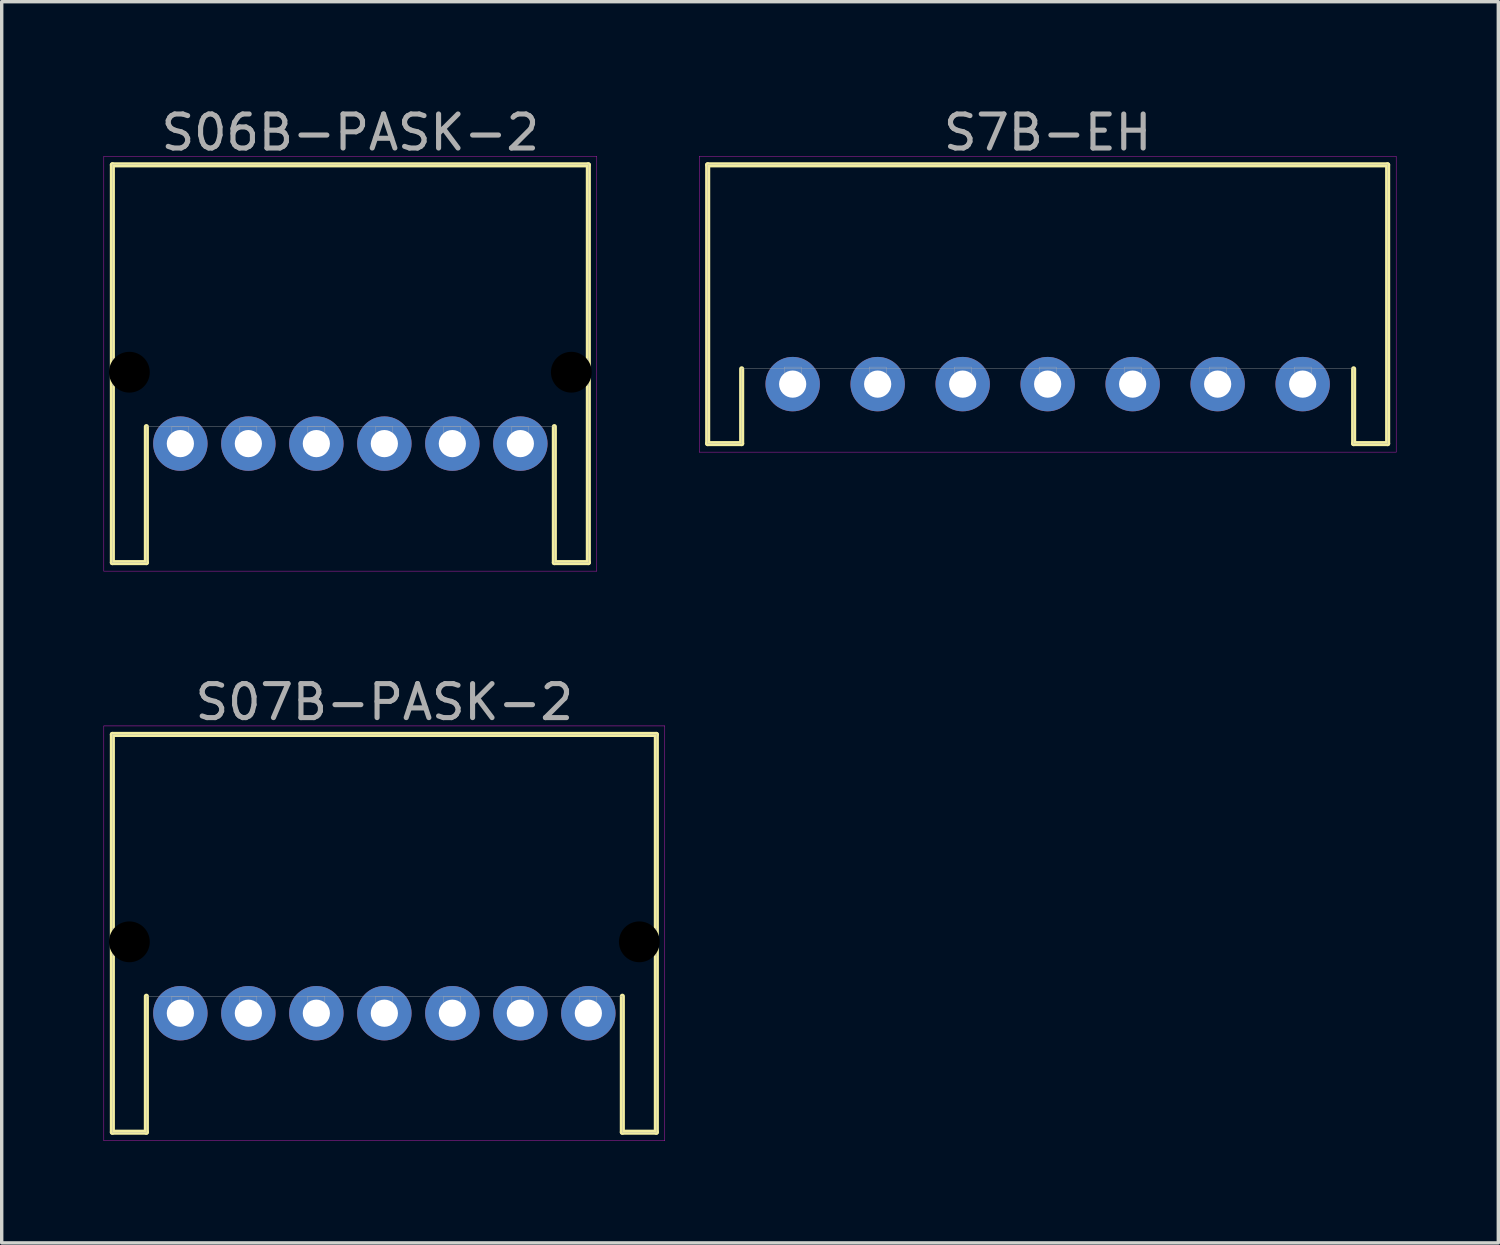
<source format=kicad_pcb>
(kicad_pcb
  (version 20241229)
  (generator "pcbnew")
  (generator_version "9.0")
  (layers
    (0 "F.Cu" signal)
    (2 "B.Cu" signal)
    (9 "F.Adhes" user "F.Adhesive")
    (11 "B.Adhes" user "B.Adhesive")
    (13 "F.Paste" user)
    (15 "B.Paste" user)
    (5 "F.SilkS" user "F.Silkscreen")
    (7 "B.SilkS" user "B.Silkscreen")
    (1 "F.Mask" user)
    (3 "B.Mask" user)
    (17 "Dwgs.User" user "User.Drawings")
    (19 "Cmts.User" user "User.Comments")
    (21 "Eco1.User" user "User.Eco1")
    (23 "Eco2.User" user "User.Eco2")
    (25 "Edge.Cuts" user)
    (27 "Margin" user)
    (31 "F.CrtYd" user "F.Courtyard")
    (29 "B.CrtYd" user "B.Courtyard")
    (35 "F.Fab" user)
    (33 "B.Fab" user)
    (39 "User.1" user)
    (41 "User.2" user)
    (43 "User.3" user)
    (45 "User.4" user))
  (footprint "S07B-PASK-2"
    (layer "F.Cu")
    (at 8.255 26.752)
    (property "Reference" "S07B-PASK-2" (at 0 -9.15 0) (layer "F.Fab") (effects (font (size 1 1) (thickness 0.15))))
    (attr through_hole)
    (fp_line (start -8 -8.2) (end -8 3.5) (stroke (width 0.15) (type solid)) (layer "F.SilkS"))
    (fp_line (start -8 -8.2) (end 8 -8.2) (stroke (width 0.15) (type solid)) (layer "F.SilkS"))
    (fp_line (start -8 3.5) (end -7 3.5) (stroke (width 0.15) (type solid)) (layer "F.SilkS"))
    (fp_line (start -7 3.5) (end -7 -0.5) (stroke (width 0.15) (type solid)) (layer "F.SilkS"))
    (fp_line (start 7 3.5) (end 7 -0.5) (stroke (width 0.15) (type solid)) (layer "F.SilkS"))
    (fp_line (start 8 -8.2) (end 8 3.5) (stroke (width 0.15) (type solid)) (layer "F.SilkS"))
    (fp_line (start 8 3.5) (end 7 3.5) (stroke (width 0.15) (type solid)) (layer "F.SilkS"))
    (fp_line (start -8.25 -8.45) (end 8.25 -8.45) (stroke (width 0.01) (type solid)) (layer "F.CrtYd"))
    (fp_line (start -8.25 3.75) (end -8.25 -8.45) (stroke (width 0.01) (type solid)) (layer "F.CrtYd"))
    (fp_line (start 8.25 -8.45) (end 8.25 3.75) (stroke (width 0.01) (type solid)) (layer "F.CrtYd"))
    (fp_line (start 8.25 3.75) (end -8.25 3.75) (stroke (width 0.01) (type solid)) (layer "F.CrtYd"))
    (fp_line (start -8 -8.2) (end -8 3.5) (stroke (width 0.01) (type solid)) (layer "F.Fab"))
    (fp_line (start -8 -8.2) (end 8 -8.2) (stroke (width 0.01) (type solid)) (layer "F.Fab"))
    (fp_line (start -8 -2.5) (end -7.4 -2.5) (stroke (width 0.01) (type solid)) (layer "F.Fab"))
    (fp_line (start -8 -1.7) (end -8 -2.5) (stroke (width 0.01) (type solid)) (layer "F.Fab"))
    (fp_line (start -8 3.5) (end -7 3.5) (stroke (width 0.01) (type solid)) (layer "F.Fab"))
    (fp_line (start -7.4 -2.5) (end -7.4 -1.7) (stroke (width 0.01) (type solid)) (layer "F.Fab"))
    (fp_line (start -7.4 -1.7) (end -8 -1.7) (stroke (width 0.01) (type solid)) (layer "F.Fab"))
    (fp_line (start -7 3.5) (end -7 -0.5) (stroke (width 0.01) (type solid)) (layer "F.Fab"))
    (fp_line (start -6.25 -0.5) (end -5.75 -0.5) (stroke (width 0.01) (type solid)) (layer "F.Fab"))
    (fp_line (start -6.25 -0.25) (end -5.75 -0.25) (stroke (width 0.01) (type solid)) (layer "F.Fab"))
    (fp_line (start -6.25 0.25) (end -6.25 -0.5) (stroke (width 0.01) (type solid)) (layer "F.Fab"))
    (fp_line (start -5.75 -0.5) (end -5.75 0.25) (stroke (width 0.01) (type solid)) (layer "F.Fab"))
    (fp_line (start -5.75 0.25) (end -6.25 0.25) (stroke (width 0.01) (type solid)) (layer "F.Fab"))
    (fp_line (start -4.25 -0.5) (end -3.75 -0.5) (stroke (width 0.01) (type solid)) (layer "F.Fab"))
    (fp_line (start -4.25 -0.25) (end -3.75 -0.25) (stroke (width 0.01) (type solid)) (layer "F.Fab"))
    (fp_line (start -4.25 0.25) (end -4.25 -0.5) (stroke (width 0.01) (type solid)) (layer "F.Fab"))
    (fp_line (start -3.75 -0.5) (end -3.75 0.25) (stroke (width 0.01) (type solid)) (layer "F.Fab"))
    (fp_line (start -3.75 0.25) (end -4.25 0.25) (stroke (width 0.01) (type solid)) (layer "F.Fab"))
    (fp_line (start -2.25 -0.5) (end -1.75 -0.5) (stroke (width 0.01) (type solid)) (layer "F.Fab"))
    (fp_line (start -2.25 -0.25) (end -1.75 -0.25) (stroke (width 0.01) (type solid)) (layer "F.Fab"))
    (fp_line (start -2.25 0.25) (end -2.25 -0.5) (stroke (width 0.01) (type solid)) (layer "F.Fab"))
    (fp_line (start -1.75 -0.5) (end -1.75 0.25) (stroke (width 0.01) (type solid)) (layer "F.Fab"))
    (fp_line (start -1.75 0.25) (end -2.25 0.25) (stroke (width 0.01) (type solid)) (layer "F.Fab"))
    (fp_line (start -0.25 -0.5) (end 0.25 -0.5) (stroke (width 0.01) (type solid)) (layer "F.Fab"))
    (fp_line (start -0.25 -0.25) (end 0.25 -0.25) (stroke (width 0.01) (type solid)) (layer "F.Fab"))
    (fp_line (start -0.25 0.25) (end -0.25 -0.5) (stroke (width 0.01) (type solid)) (layer "F.Fab"))
    (fp_line (start 0.25 -0.5) (end 0.25 0.25) (stroke (width 0.01) (type solid)) (layer "F.Fab"))
    (fp_line (start 0.25 0.25) (end -0.25 0.25) (stroke (width 0.01) (type solid)) (layer "F.Fab"))
    (fp_line (start 1.75 -0.5) (end 2.25 -0.5) (stroke (width 0.01) (type solid)) (layer "F.Fab"))
    (fp_line (start 1.75 -0.25) (end 2.25 -0.25) (stroke (width 0.01) (type solid)) (layer "F.Fab"))
    (fp_line (start 1.75 0.25) (end 1.75 -0.5) (stroke (width 0.01) (type solid)) (layer "F.Fab"))
    (fp_line (start 2.25 -0.5) (end 2.25 0.25) (stroke (width 0.01) (type solid)) (layer "F.Fab"))
    (fp_line (start 2.25 0.25) (end 1.75 0.25) (stroke (width 0.01) (type solid)) (layer "F.Fab"))
    (fp_line (start 3.75 -0.5) (end 4.25 -0.5) (stroke (width 0.01) (type solid)) (layer "F.Fab"))
    (fp_line (start 3.75 -0.25) (end 4.25 -0.25) (stroke (width 0.01) (type solid)) (layer "F.Fab"))
    (fp_line (start 3.75 0.25) (end 3.75 -0.5) (stroke (width 0.01) (type solid)) (layer "F.Fab"))
    (fp_line (start 4.25 -0.5) (end 4.25 0.25) (stroke (width 0.01) (type solid)) (layer "F.Fab"))
    (fp_line (start 4.25 0.25) (end 3.75 0.25) (stroke (width 0.01) (type solid)) (layer "F.Fab"))
    (fp_line (start 5.75 -0.5) (end 6.25 -0.5) (stroke (width 0.01) (type solid)) (layer "F.Fab"))
    (fp_line (start 5.75 -0.25) (end 6.25 -0.25) (stroke (width 0.01) (type solid)) (layer "F.Fab"))
    (fp_line (start 5.75 0.25) (end 5.75 -0.5) (stroke (width 0.01) (type solid)) (layer "F.Fab"))
    (fp_line (start 6.25 -0.5) (end 6.25 0.25) (stroke (width 0.01) (type solid)) (layer "F.Fab"))
    (fp_line (start 6.25 0.25) (end 5.75 0.25) (stroke (width 0.01) (type solid)) (layer "F.Fab"))
    (fp_line (start 7 -0.5) (end -7 -0.5) (stroke (width 0.01) (type solid)) (layer "F.Fab"))
    (fp_line (start 7 3.5) (end 7 -0.5) (stroke (width 0.01) (type solid)) (layer "F.Fab"))
    (fp_line (start 7.4 -2.5) (end 8 -2.5) (stroke (width 0.01) (type solid)) (layer "F.Fab"))
    (fp_line (start 7.4 -1.7) (end 7.4 -2.5) (stroke (width 0.01) (type solid)) (layer "F.Fab"))
    (fp_line (start 8 -8.2) (end 8 3.5) (stroke (width 0.01) (type solid)) (layer "F.Fab"))
    (fp_line (start 8 -2.5) (end 8 -1.7) (stroke (width 0.01) (type solid)) (layer "F.Fab"))
    (fp_line (start 8 -1.7) (end 7.4 -1.7) (stroke (width 0.01) (type solid)) (layer "F.Fab"))
    (fp_line (start 8 3.5) (end 7 3.5) (stroke (width 0.01) (type solid)) (layer "F.Fab"))
    (pad "" np_thru_hole circle (at -7.5 -2.1) (size 1.2 1.2) (drill 1.2) (layers "*.Mask"))
    (pad "" np_thru_hole circle (at 7.5 -2.1) (size 1.2 1.2) (drill 1.2) (layers "*.Mask"))
    (pad "1" thru_hole circle (at 6 0) (size 1.6 1.6) (drill 0.8) (layers "*.Cu" "*.Mask"))
    (pad "2" thru_hole circle (at 4 0) (size 1.6 1.6) (drill 0.8) (layers "*.Cu" "*.Mask"))
    (pad "3" thru_hole circle (at 2 0) (size 1.6 1.6) (drill 0.8) (layers "*.Cu" "*.Mask"))
    (pad "4" thru_hole circle (at 0 0) (size 1.6 1.6) (drill 0.8) (layers "*.Cu" "*.Mask"))
    (pad "5" thru_hole circle (at -2 0) (size 1.6 1.6) (drill 0.8) (layers "*.Cu" "*.Mask"))
    (pad "6" thru_hole circle (at -4 0) (size 1.6 1.6) (drill 0.8) (layers "*.Cu" "*.Mask"))
    (pad "7" thru_hole circle (at -6 0) (size 1.6 1.6) (drill 0.8) (layers "*.Cu" "*.Mask")))
  (footprint "S06B-PASK-2"
    (layer "F.Cu")
    (at 7.255 9.998)
    (property "Reference" "S06B-PASK-2" (at 0 -9.15 0) (layer "F.Fab") (effects (font (size 1 1) (thickness 0.15))))
    (attr through_hole)
    (fp_line (start -7 -8.2) (end -7 3.5) (stroke (width 0.15) (type solid)) (layer "F.SilkS"))
    (fp_line (start -7 -8.2) (end 7 -8.2) (stroke (width 0.15) (type solid)) (layer "F.SilkS"))
    (fp_line (start -7 3.5) (end -6 3.5) (stroke (width 0.15) (type solid)) (layer "F.SilkS"))
    (fp_line (start -6 3.5) (end -6 -0.5) (stroke (width 0.15) (type solid)) (layer "F.SilkS"))
    (fp_line (start 6 3.5) (end 6 -0.5) (stroke (width 0.15) (type solid)) (layer "F.SilkS"))
    (fp_line (start 7 -8.2) (end 7 3.5) (stroke (width 0.15) (type solid)) (layer "F.SilkS"))
    (fp_line (start 7 3.5) (end 6 3.5) (stroke (width 0.15) (type solid)) (layer "F.SilkS"))
    (fp_line (start -7.25 -8.45) (end 7.25 -8.45) (stroke (width 0.01) (type solid)) (layer "F.CrtYd"))
    (fp_line (start -7.25 3.75) (end -7.25 -8.45) (stroke (width 0.01) (type solid)) (layer "F.CrtYd"))
    (fp_line (start 7.25 -8.45) (end 7.25 3.75) (stroke (width 0.01) (type solid)) (layer "F.CrtYd"))
    (fp_line (start 7.25 3.75) (end -7.25 3.75) (stroke (width 0.01) (type solid)) (layer "F.CrtYd"))
    (fp_line (start -7 -8.2) (end -7 3.5) (stroke (width 0.01) (type solid)) (layer "F.Fab"))
    (fp_line (start -7 -8.2) (end 7 -8.2) (stroke (width 0.01) (type solid)) (layer "F.Fab"))
    (fp_line (start -7 -2.5) (end -6.4 -2.5) (stroke (width 0.01) (type solid)) (layer "F.Fab"))
    (fp_line (start -7 -1.7) (end -7 -2.5) (stroke (width 0.01) (type solid)) (layer "F.Fab"))
    (fp_line (start -7 3.5) (end -6 3.5) (stroke (width 0.01) (type solid)) (layer "F.Fab"))
    (fp_line (start -6.4 -2.5) (end -6.4 -1.7) (stroke (width 0.01) (type solid)) (layer "F.Fab"))
    (fp_line (start -6.4 -1.7) (end -7 -1.7) (stroke (width 0.01) (type solid)) (layer "F.Fab"))
    (fp_line (start -6 3.5) (end -6 -0.5) (stroke (width 0.01) (type solid)) (layer "F.Fab"))
    (fp_line (start -5.25 -0.5) (end -4.75 -0.5) (stroke (width 0.01) (type solid)) (layer "F.Fab"))
    (fp_line (start -5.25 -0.25) (end -4.75 -0.25) (stroke (width 0.01) (type solid)) (layer "F.Fab"))
    (fp_line (start -5.25 0.25) (end -5.25 -0.5) (stroke (width 0.01) (type solid)) (layer "F.Fab"))
    (fp_line (start -4.75 -0.5) (end -4.75 0.25) (stroke (width 0.01) (type solid)) (layer "F.Fab"))
    (fp_line (start -4.75 0.25) (end -5.25 0.25) (stroke (width 0.01) (type solid)) (layer "F.Fab"))
    (fp_line (start -3.25 -0.5) (end -2.75 -0.5) (stroke (width 0.01) (type solid)) (layer "F.Fab"))
    (fp_line (start -3.25 -0.25) (end -2.75 -0.25) (stroke (width 0.01) (type solid)) (layer "F.Fab"))
    (fp_line (start -3.25 0.25) (end -3.25 -0.5) (stroke (width 0.01) (type solid)) (layer "F.Fab"))
    (fp_line (start -2.75 -0.5) (end -2.75 0.25) (stroke (width 0.01) (type solid)) (layer "F.Fab"))
    (fp_line (start -2.75 0.25) (end -3.25 0.25) (stroke (width 0.01) (type solid)) (layer "F.Fab"))
    (fp_line (start -1.25 -0.5) (end -0.75 -0.5) (stroke (width 0.01) (type solid)) (layer "F.Fab"))
    (fp_line (start -1.25 -0.25) (end -0.75 -0.25) (stroke (width 0.01) (type solid)) (layer "F.Fab"))
    (fp_line (start -1.25 0.25) (end -1.25 -0.5) (stroke (width 0.01) (type solid)) (layer "F.Fab"))
    (fp_line (start -0.75 -0.5) (end -0.75 0.25) (stroke (width 0.01) (type solid)) (layer "F.Fab"))
    (fp_line (start -0.75 0.25) (end -1.25 0.25) (stroke (width 0.01) (type solid)) (layer "F.Fab"))
    (fp_line (start 0.75 -0.5) (end 1.25 -0.5) (stroke (width 0.01) (type solid)) (layer "F.Fab"))
    (fp_line (start 0.75 -0.25) (end 1.25 -0.25) (stroke (width 0.01) (type solid)) (layer "F.Fab"))
    (fp_line (start 0.75 0.25) (end 0.75 -0.5) (stroke (width 0.01) (type solid)) (layer "F.Fab"))
    (fp_line (start 1.25 -0.5) (end 1.25 0.25) (stroke (width 0.01) (type solid)) (layer "F.Fab"))
    (fp_line (start 1.25 0.25) (end 0.75 0.25) (stroke (width 0.01) (type solid)) (layer "F.Fab"))
    (fp_line (start 2.75 -0.5) (end 3.25 -0.5) (stroke (width 0.01) (type solid)) (layer "F.Fab"))
    (fp_line (start 2.75 -0.25) (end 3.25 -0.25) (stroke (width 0.01) (type solid)) (layer "F.Fab"))
    (fp_line (start 2.75 0.25) (end 2.75 -0.5) (stroke (width 0.01) (type solid)) (layer "F.Fab"))
    (fp_line (start 3.25 -0.5) (end 3.25 0.25) (stroke (width 0.01) (type solid)) (layer "F.Fab"))
    (fp_line (start 3.25 0.25) (end 2.75 0.25) (stroke (width 0.01) (type solid)) (layer "F.Fab"))
    (fp_line (start 4.75 -0.5) (end 5.25 -0.5) (stroke (width 0.01) (type solid)) (layer "F.Fab"))
    (fp_line (start 4.75 -0.25) (end 5.25 -0.25) (stroke (width 0.01) (type solid)) (layer "F.Fab"))
    (fp_line (start 4.75 0.25) (end 4.75 -0.5) (stroke (width 0.01) (type solid)) (layer "F.Fab"))
    (fp_line (start 5.25 -0.5) (end 5.25 0.25) (stroke (width 0.01) (type solid)) (layer "F.Fab"))
    (fp_line (start 5.25 0.25) (end 4.75 0.25) (stroke (width 0.01) (type solid)) (layer "F.Fab"))
    (fp_line (start 6 -0.5) (end -6 -0.5) (stroke (width 0.01) (type solid)) (layer "F.Fab"))
    (fp_line (start 6 3.5) (end 6 -0.5) (stroke (width 0.01) (type solid)) (layer "F.Fab"))
    (fp_line (start 6.4 -2.5) (end 7 -2.5) (stroke (width 0.01) (type solid)) (layer "F.Fab"))
    (fp_line (start 6.4 -1.7) (end 6.4 -2.5) (stroke (width 0.01) (type solid)) (layer "F.Fab"))
    (fp_line (start 7 -8.2) (end 7 3.5) (stroke (width 0.01) (type solid)) (layer "F.Fab"))
    (fp_line (start 7 -2.5) (end 7 -1.7) (stroke (width 0.01) (type solid)) (layer "F.Fab"))
    (fp_line (start 7 -1.7) (end 6.4 -1.7) (stroke (width 0.01) (type solid)) (layer "F.Fab"))
    (fp_line (start 7 3.5) (end 6 3.5) (stroke (width 0.01) (type solid)) (layer "F.Fab"))
    (pad "" np_thru_hole circle (at -6.5 -2.1) (size 1.2 1.2) (drill 1.2) (layers "*.Mask"))
    (pad "" np_thru_hole circle (at 6.5 -2.1) (size 1.2 1.2) (drill 1.2) (layers "*.Mask"))
    (pad "1" thru_hole circle (at 5 0) (size 1.6 1.6) (drill 0.8) (layers "*.Cu" "*.Mask"))
    (pad "2" thru_hole circle (at 3 0) (size 1.6 1.6) (drill 0.8) (layers "*.Cu" "*.Mask"))
    (pad "3" thru_hole circle (at 1 0) (size 1.6 1.6) (drill 0.8) (layers "*.Cu" "*.Mask"))
    (pad "4" thru_hole circle (at -1 0) (size 1.6 1.6) (drill 0.8) (layers "*.Cu" "*.Mask"))
    (pad "5" thru_hole circle (at -3 0) (size 1.6 1.6) (drill 0.8) (layers "*.Cu" "*.Mask"))
    (pad "6" thru_hole circle (at -5 0) (size 1.6 1.6) (drill 0.8) (layers "*.Cu" "*.Mask")))
  (footprint "S7B-EH"
    (layer "F.Cu")
    (at 27.765 8.248)
    (property "Reference" "S7B-EH" (at 0 -7.4 0) (layer "F.Fab") (effects (font (size 1 1) (thickness 0.15))))
    (attr through_hole)
    (fp_line (start -10 -6.45) (end -10 1.75) (stroke (width 0.15) (type solid)) (layer "F.SilkS"))
    (fp_line (start -10 -6.45) (end 10 -6.45) (stroke (width 0.15) (type solid)) (layer "F.SilkS"))
    (fp_line (start -10 1.75) (end -9 1.75) (stroke (width 0.15) (type solid)) (layer "F.SilkS"))
    (fp_line (start -9 1.75) (end -9 -0.45) (stroke (width 0.15) (type solid)) (layer "F.SilkS"))
    (fp_line (start 9 1.75) (end 9 -0.45) (stroke (width 0.15) (type solid)) (layer "F.SilkS"))
    (fp_line (start 10 -6.45) (end 10 1.75) (stroke (width 0.15) (type solid)) (layer "F.SilkS"))
    (fp_line (start 10 1.75) (end 9 1.75) (stroke (width 0.15) (type solid)) (layer "F.SilkS"))
    (fp_line (start -10.25 -6.7) (end 10.25 -6.7) (stroke (width 0.01) (type solid)) (layer "F.CrtYd"))
    (fp_line (start -10.25 2) (end -10.25 -6.7) (stroke (width 0.01) (type solid)) (layer "F.CrtYd"))
    (fp_line (start 10.25 -6.7) (end 10.25 2) (stroke (width 0.01) (type solid)) (layer "F.CrtYd"))
    (fp_line (start 10.25 2) (end -10.25 2) (stroke (width 0.01) (type solid)) (layer "F.CrtYd"))
    (fp_line (start -10 -6.45) (end -10 1.75) (stroke (width 0.01) (type solid)) (layer "F.Fab"))
    (fp_line (start -10 -6.45) (end 10 -6.45) (stroke (width 0.01) (type solid)) (layer "F.Fab"))
    (fp_line (start -10 1.75) (end -9 1.75) (stroke (width 0.01) (type solid)) (layer "F.Fab"))
    (fp_line (start -9 1.75) (end -9 -0.45) (stroke (width 0.01) (type solid)) (layer "F.Fab"))
    (fp_line (start -7.75 -0.5) (end -7.25 -0.5) (stroke (width 0.01) (type solid)) (layer "F.Fab"))
    (fp_line (start -7.75 -0.25) (end -7.25 -0.25) (stroke (width 0.01) (type solid)) (layer "F.Fab"))
    (fp_line (start -7.75 0.25) (end -7.75 -0.5) (stroke (width 0.01) (type solid)) (layer "F.Fab"))
    (fp_line (start -7.25 -0.5) (end -7.25 0.25) (stroke (width 0.01) (type solid)) (layer "F.Fab"))
    (fp_line (start -7.25 0.25) (end -7.75 0.25) (stroke (width 0.01) (type solid)) (layer "F.Fab"))
    (fp_line (start -5.25 -0.5) (end -4.75 -0.5) (stroke (width 0.01) (type solid)) (layer "F.Fab"))
    (fp_line (start -5.25 -0.25) (end -4.75 -0.25) (stroke (width 0.01) (type solid)) (layer "F.Fab"))
    (fp_line (start -5.25 0.25) (end -5.25 -0.5) (stroke (width 0.01) (type solid)) (layer "F.Fab"))
    (fp_line (start -4.75 -0.5) (end -4.75 0.25) (stroke (width 0.01) (type solid)) (layer "F.Fab"))
    (fp_line (start -4.75 0.25) (end -5.25 0.25) (stroke (width 0.01) (type solid)) (layer "F.Fab"))
    (fp_line (start -2.75 -0.5) (end -2.25 -0.5) (stroke (width 0.01) (type solid)) (layer "F.Fab"))
    (fp_line (start -2.75 -0.25) (end -2.25 -0.25) (stroke (width 0.01) (type solid)) (layer "F.Fab"))
    (fp_line (start -2.75 0.25) (end -2.75 -0.5) (stroke (width 0.01) (type solid)) (layer "F.Fab"))
    (fp_line (start -2.25 -0.5) (end -2.25 0.25) (stroke (width 0.01) (type solid)) (layer "F.Fab"))
    (fp_line (start -2.25 0.25) (end -2.75 0.25) (stroke (width 0.01) (type solid)) (layer "F.Fab"))
    (fp_line (start -0.25 -0.5) (end 0.25 -0.5) (stroke (width 0.01) (type solid)) (layer "F.Fab"))
    (fp_line (start -0.25 -0.25) (end 0.25 -0.25) (stroke (width 0.01) (type solid)) (layer "F.Fab"))
    (fp_line (start -0.25 0.25) (end -0.25 -0.5) (stroke (width 0.01) (type solid)) (layer "F.Fab"))
    (fp_line (start 0.25 -0.5) (end 0.25 0.25) (stroke (width 0.01) (type solid)) (layer "F.Fab"))
    (fp_line (start 0.25 0.25) (end -0.25 0.25) (stroke (width 0.01) (type solid)) (layer "F.Fab"))
    (fp_line (start 2.25 -0.5) (end 2.75 -0.5) (stroke (width 0.01) (type solid)) (layer "F.Fab"))
    (fp_line (start 2.25 -0.25) (end 2.75 -0.25) (stroke (width 0.01) (type solid)) (layer "F.Fab"))
    (fp_line (start 2.25 0.25) (end 2.25 -0.5) (stroke (width 0.01) (type solid)) (layer "F.Fab"))
    (fp_line (start 2.75 -0.5) (end 2.75 0.25) (stroke (width 0.01) (type solid)) (layer "F.Fab"))
    (fp_line (start 2.75 0.25) (end 2.25 0.25) (stroke (width 0.01) (type solid)) (layer "F.Fab"))
    (fp_line (start 4.75 -0.5) (end 5.25 -0.5) (stroke (width 0.01) (type solid)) (layer "F.Fab"))
    (fp_line (start 4.75 -0.25) (end 5.25 -0.25) (stroke (width 0.01) (type solid)) (layer "F.Fab"))
    (fp_line (start 4.75 0.25) (end 4.75 -0.5) (stroke (width 0.01) (type solid)) (layer "F.Fab"))
    (fp_line (start 5.25 -0.5) (end 5.25 0.25) (stroke (width 0.01) (type solid)) (layer "F.Fab"))
    (fp_line (start 5.25 0.25) (end 4.75 0.25) (stroke (width 0.01) (type solid)) (layer "F.Fab"))
    (fp_line (start 7.25 -0.5) (end 7.75 -0.5) (stroke (width 0.01) (type solid)) (layer "F.Fab"))
    (fp_line (start 7.25 -0.25) (end 7.75 -0.25) (stroke (width 0.01) (type solid)) (layer "F.Fab"))
    (fp_line (start 7.25 0.25) (end 7.25 -0.5) (stroke (width 0.01) (type solid)) (layer "F.Fab"))
    (fp_line (start 7.75 -0.5) (end 7.75 0.25) (stroke (width 0.01) (type solid)) (layer "F.Fab"))
    (fp_line (start 7.75 0.25) (end 7.25 0.25) (stroke (width 0.01) (type solid)) (layer "F.Fab"))
    (fp_line (start 9 -0.45) (end -9 -0.45) (stroke (width 0.01) (type solid)) (layer "F.Fab"))
    (fp_line (start 9 1.75) (end 9 -0.45) (stroke (width 0.01) (type solid)) (layer "F.Fab"))
    (fp_line (start 10 -6.45) (end 10 1.75) (stroke (width 0.01) (type solid)) (layer "F.Fab"))
    (fp_line (start 10 1.75) (end 9 1.75) (stroke (width 0.01) (type solid)) (layer "F.Fab"))
    (pad "1" thru_hole circle (at 7.5 0) (size 1.6 1.6) (drill 0.8) (layers "*.Cu" "*.Mask"))
    (pad "2" thru_hole circle (at 5 0) (size 1.6 1.6) (drill 0.8) (layers "*.Cu" "*.Mask"))
    (pad "3" thru_hole circle (at 2.5 0) (size 1.6 1.6) (drill 0.8) (layers "*.Cu" "*.Mask"))
    (pad "4" thru_hole circle (at 0 0) (size 1.6 1.6) (drill 0.8) (layers "*.Cu" "*.Mask"))
    (pad "5" thru_hole circle (at -2.5 0) (size 1.6 1.6) (drill 0.8) (layers "*.Cu" "*.Mask"))
    (pad "6" thru_hole circle (at -5 0) (size 1.6 1.6) (drill 0.8) (layers "*.Cu" "*.Mask"))
    (pad "7" thru_hole circle (at -7.5 0) (size 1.6 1.6) (drill 0.8) (layers "*.Cu" "*.Mask")))
  (gr_rect
    (start -3 -3)
    (end 41.02 33.507)
    (stroke (width 0.1) (type default))
    (fill no)
    (layer "Edge.Cuts")))
</source>
